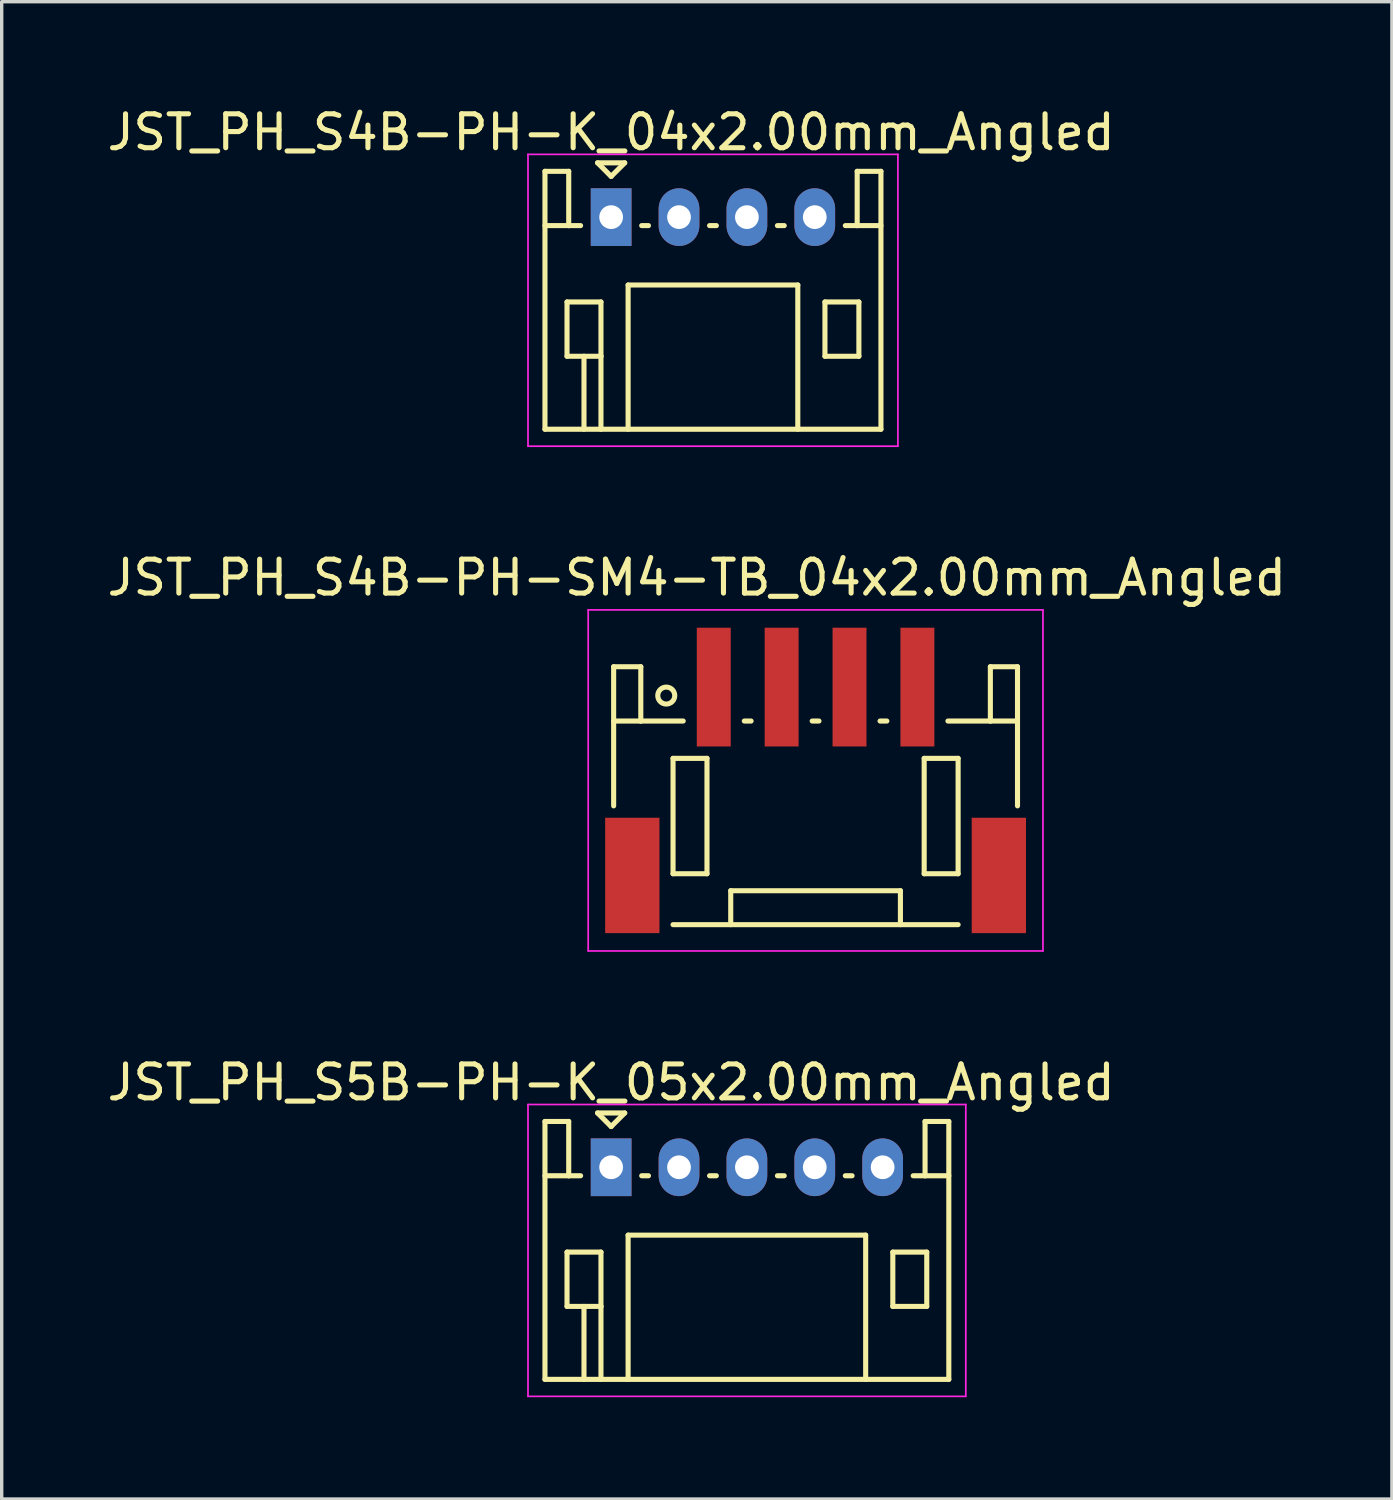
<source format=kicad_pcb>
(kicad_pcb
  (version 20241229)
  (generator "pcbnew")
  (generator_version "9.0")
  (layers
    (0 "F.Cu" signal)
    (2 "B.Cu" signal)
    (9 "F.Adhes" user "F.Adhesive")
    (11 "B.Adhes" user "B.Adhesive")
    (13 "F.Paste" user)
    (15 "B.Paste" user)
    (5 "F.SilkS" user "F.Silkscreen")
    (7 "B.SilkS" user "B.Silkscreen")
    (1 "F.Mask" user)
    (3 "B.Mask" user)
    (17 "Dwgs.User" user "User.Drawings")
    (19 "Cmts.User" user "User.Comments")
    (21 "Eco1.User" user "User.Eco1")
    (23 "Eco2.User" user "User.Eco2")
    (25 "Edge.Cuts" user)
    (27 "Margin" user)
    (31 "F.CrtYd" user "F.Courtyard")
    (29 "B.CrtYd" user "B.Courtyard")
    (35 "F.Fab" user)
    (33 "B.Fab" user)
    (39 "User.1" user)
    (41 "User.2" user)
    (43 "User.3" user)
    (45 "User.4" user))
  (footprint "JST_PH_S4B-PH-SM4-TB_04x2.00mm_Angled"
    (layer "F.Cu")
    (at 20.982 19.971)
    (property "Reference" "JST_PH_S4B-PH-SM4-TB_04x2.00mm_Angled" (at -3.5 -6 0) (layer "F.SilkS") (effects (font (size 1 1) (thickness 0.15))))
    (attr smd)
    (fp_line (start -5.95 -3.375) (end -5.95 0.725) (stroke (width 0.15) (type solid)) (layer "F.SilkS"))
    (fp_line (start -5.15 -3.375) (end -5.95 -3.375) (stroke (width 0.15) (type solid)) (layer "F.SilkS"))
    (fp_line (start -5.15 -1.775) (end -5.95 -1.775) (stroke (width 0.15) (type solid)) (layer "F.SilkS"))
    (fp_line (start -5.15 -1.775) (end -5.15 -3.375) (stroke (width 0.15) (type solid)) (layer "F.SilkS"))
    (fp_line (start -4.2 -0.675) (end -4.2 2.725) (stroke (width 0.15) (type solid)) (layer "F.SilkS"))
    (fp_line (start -4.2 2.725) (end -3.2 2.725) (stroke (width 0.15) (type solid)) (layer "F.SilkS"))
    (fp_line (start -4.2 4.225) (end 4.2 4.225) (stroke (width 0.15) (type solid)) (layer "F.SilkS"))
    (fp_line (start -3.9 -1.775) (end -5.15 -1.775) (stroke (width 0.15) (type solid)) (layer "F.SilkS"))
    (fp_line (start -3.2 -0.675) (end -4.2 -0.675) (stroke (width 0.15) (type solid)) (layer "F.SilkS"))
    (fp_line (start -3.2 2.725) (end -3.2 -0.675) (stroke (width 0.15) (type solid)) (layer "F.SilkS"))
    (fp_line (start -2.5 3.225) (end 2.5 3.225) (stroke (width 0.15) (type solid)) (layer "F.SilkS"))
    (fp_line (start -2.5 4.225) (end -2.5 3.225) (stroke (width 0.15) (type solid)) (layer "F.SilkS"))
    (fp_line (start -2.1 -1.775) (end -1.9 -1.775) (stroke (width 0.15) (type solid)) (layer "F.SilkS"))
    (fp_line (start -0.1 -1.775) (end 0.1 -1.775) (stroke (width 0.15) (type solid)) (layer "F.SilkS"))
    (fp_line (start 1.9 -1.775) (end 2.1 -1.775) (stroke (width 0.15) (type solid)) (layer "F.SilkS"))
    (fp_line (start 2.5 3.225) (end 2.5 4.225) (stroke (width 0.15) (type solid)) (layer "F.SilkS"))
    (fp_line (start 3.2 -0.675) (end 4.2 -0.675) (stroke (width 0.15) (type solid)) (layer "F.SilkS"))
    (fp_line (start 3.2 2.725) (end 3.2 -0.675) (stroke (width 0.15) (type solid)) (layer "F.SilkS"))
    (fp_line (start 3.9 -1.775) (end 5.15 -1.775) (stroke (width 0.15) (type solid)) (layer "F.SilkS"))
    (fp_line (start 4.2 -0.675) (end 4.2 2.725) (stroke (width 0.15) (type solid)) (layer "F.SilkS"))
    (fp_line (start 4.2 2.725) (end 3.2 2.725) (stroke (width 0.15) (type solid)) (layer "F.SilkS"))
    (fp_line (start 5.15 -3.375) (end 5.95 -3.375) (stroke (width 0.15) (type solid)) (layer "F.SilkS"))
    (fp_line (start 5.15 -1.775) (end 5.15 -3.375) (stroke (width 0.15) (type solid)) (layer "F.SilkS"))
    (fp_line (start 5.15 -1.775) (end 5.95 -1.775) (stroke (width 0.15) (type solid)) (layer "F.SilkS"))
    (fp_line (start 5.95 -3.375) (end 5.95 0.725) (stroke (width 0.15) (type solid)) (layer "F.SilkS"))
    (fp_circle (center -4.4 -2.525) (end -4.15 -2.525) (stroke (width 0.15) (type solid)) (fill no) (layer "F.SilkS"))
    (fp_line (start -6.7 -5.05) (end 6.7 -5.05) (stroke (width 0.05) (type solid)) (layer "F.CrtYd"))
    (fp_line (start -6.7 5) (end -6.7 -5.05) (stroke (width 0.05) (type solid)) (layer "F.CrtYd"))
    (fp_line (start 6.7 -5.05) (end 6.7 5) (stroke (width 0.05) (type solid)) (layer "F.CrtYd"))
    (fp_line (start 6.7 5) (end -6.7 5) (stroke (width 0.05) (type solid)) (layer "F.CrtYd"))
    (pad "" smd rect (at -5.4 2.775) (size 1.6 3.4) (layers "F.Cu" "F.Mask" "F.Paste"))
    (pad "" smd rect (at 5.4 2.775) (size 1.6 3.4) (layers "F.Cu" "F.Mask" "F.Paste"))
    (pad "1" smd rect (at -3 -2.775) (size 1 3.5) (layers "F.Cu" "F.Mask" "F.Paste"))
    (pad "2" smd rect (at -1 -2.775) (size 1 3.5) (layers "F.Cu" "F.Mask" "F.Paste"))
    (pad "3" smd rect (at 1 -2.775) (size 1 3.5) (layers "F.Cu" "F.Mask" "F.Paste"))
    (pad "4" smd rect (at 3 -2.775) (size 1 3.5) (layers "F.Cu" "F.Mask" "F.Paste")))
  (footprint "JST_PH_S5B-PH-K_05x2.00mm_Angled"
    (layer "F.Cu")
    (at 14.958 31.345)
    (property "Reference" "JST_PH_S5B-PH-K_05x2.00mm_Angled" (at 0 -2.5 0) (layer "F.SilkS") (effects (font (size 1 1) (thickness 0.15))))
    (attr through_hole)
    (fp_line (start -1.95 -1.35) (end -1.95 6.25) (stroke (width 0.15) (type solid)) (layer "F.SilkS"))
    (fp_line (start -1.95 0.25) (end -1.25 0.25) (stroke (width 0.15) (type solid)) (layer "F.SilkS"))
    (fp_line (start -1.95 6.25) (end 9.95 6.25) (stroke (width 0.15) (type solid)) (layer "F.SilkS"))
    (fp_line (start -1.3 2.5) (end -1.3 4.1) (stroke (width 0.15) (type solid)) (layer "F.SilkS"))
    (fp_line (start -1.3 4.1) (end -0.3 4.1) (stroke (width 0.15) (type solid)) (layer "F.SilkS"))
    (fp_line (start -1.25 -1.35) (end -1.95 -1.35) (stroke (width 0.15) (type solid)) (layer "F.SilkS"))
    (fp_line (start -1.25 0.25) (end -1.25 -1.35) (stroke (width 0.15) (type solid)) (layer "F.SilkS"))
    (fp_line (start -0.9 0.25) (end -1.25 0.25) (stroke (width 0.15) (type solid)) (layer "F.SilkS"))
    (fp_line (start -0.8 4.1) (end -0.8 6.25) (stroke (width 0.15) (type solid)) (layer "F.SilkS"))
    (fp_line (start -0.4 -1.6) (end 0.4 -1.6) (stroke (width 0.15) (type solid)) (layer "F.SilkS"))
    (fp_line (start -0.3 2.5) (end -1.3 2.5) (stroke (width 0.15) (type solid)) (layer "F.SilkS"))
    (fp_line (start -0.3 4.1) (end -0.3 2.5) (stroke (width 0.15) (type solid)) (layer "F.SilkS"))
    (fp_line (start -0.3 4.1) (end -0.3 6.25) (stroke (width 0.15) (type solid)) (layer "F.SilkS"))
    (fp_line (start 0 -1.2) (end -0.4 -1.6) (stroke (width 0.15) (type solid)) (layer "F.SilkS"))
    (fp_line (start 0.4 -1.6) (end 0 -1.2) (stroke (width 0.15) (type solid)) (layer "F.SilkS"))
    (fp_line (start 0.5 2) (end 7.5 2) (stroke (width 0.15) (type solid)) (layer "F.SilkS"))
    (fp_line (start 0.5 6.25) (end 0.5 2) (stroke (width 0.15) (type solid)) (layer "F.SilkS"))
    (fp_line (start 0.9 0.25) (end 1.1 0.25) (stroke (width 0.15) (type solid)) (layer "F.SilkS"))
    (fp_line (start 2.9 0.25) (end 3.1 0.25) (stroke (width 0.15) (type solid)) (layer "F.SilkS"))
    (fp_line (start 4.9 0.25) (end 5.1 0.25) (stroke (width 0.15) (type solid)) (layer "F.SilkS"))
    (fp_line (start 6.9 0.25) (end 7.1 0.25) (stroke (width 0.15) (type solid)) (layer "F.SilkS"))
    (fp_line (start 7.5 2) (end 7.5 6.25) (stroke (width 0.15) (type solid)) (layer "F.SilkS"))
    (fp_line (start 8.3 2.5) (end 9.3 2.5) (stroke (width 0.15) (type solid)) (layer "F.SilkS"))
    (fp_line (start 8.3 4.1) (end 8.3 2.5) (stroke (width 0.15) (type solid)) (layer "F.SilkS"))
    (fp_line (start 9.25 -1.35) (end 9.25 0.25) (stroke (width 0.15) (type solid)) (layer "F.SilkS"))
    (fp_line (start 9.25 0.25) (end 8.9 0.25) (stroke (width 0.15) (type solid)) (layer "F.SilkS"))
    (fp_line (start 9.3 2.5) (end 9.3 4.1) (stroke (width 0.15) (type solid)) (layer "F.SilkS"))
    (fp_line (start 9.3 4.1) (end 8.3 4.1) (stroke (width 0.15) (type solid)) (layer "F.SilkS"))
    (fp_line (start 9.95 -1.35) (end 9.25 -1.35) (stroke (width 0.15) (type solid)) (layer "F.SilkS"))
    (fp_line (start 9.95 0.25) (end 9.25 0.25) (stroke (width 0.15) (type solid)) (layer "F.SilkS"))
    (fp_line (start 9.95 6.25) (end 9.95 -1.35) (stroke (width 0.15) (type solid)) (layer "F.SilkS"))
    (fp_line (start -2.45 -1.85) (end 10.45 -1.85) (stroke (width 0.05) (type solid)) (layer "F.CrtYd"))
    (fp_line (start -2.45 6.75) (end -2.45 -1.85) (stroke (width 0.05) (type solid)) (layer "F.CrtYd"))
    (fp_line (start 10.45 -1.85) (end 10.45 6.75) (stroke (width 0.05) (type solid)) (layer "F.CrtYd"))
    (fp_line (start 10.45 6.75) (end -2.45 6.75) (stroke (width 0.05) (type solid)) (layer "F.CrtYd"))
    (pad "1" thru_hole rect (at 0 0) (size 1.2 1.7) (drill 0.7) (layers "*.Cu" "*.Mask"))
    (pad "2" thru_hole oval (at 2 0) (size 1.2 1.7) (drill 0.7) (layers "*.Cu" "*.Mask"))
    (pad "3" thru_hole oval (at 4 0) (size 1.2 1.7) (drill 0.7) (layers "*.Cu" "*.Mask"))
    (pad "4" thru_hole oval (at 6 0) (size 1.2 1.7) (drill 0.7) (layers "*.Cu" "*.Mask"))
    (pad "5" thru_hole oval (at 8 0) (size 1.2 1.7) (drill 0.7) (layers "*.Cu" "*.Mask")))
  (footprint "JST_PH_S4B-PH-K_04x2.00mm_Angled"
    (layer "F.Cu")
    (at 14.958 3.348)
    (property "Reference" "JST_PH_S4B-PH-K_04x2.00mm_Angled" (at 0 -2.5 0) (layer "F.SilkS") (effects (font (size 1 1) (thickness 0.15))))
    (attr through_hole)
    (fp_line (start -1.95 -1.35) (end -1.95 6.25) (stroke (width 0.15) (type solid)) (layer "F.SilkS"))
    (fp_line (start -1.95 0.25) (end -1.25 0.25) (stroke (width 0.15) (type solid)) (layer "F.SilkS"))
    (fp_line (start -1.95 6.25) (end 7.95 6.25) (stroke (width 0.15) (type solid)) (layer "F.SilkS"))
    (fp_line (start -1.3 2.5) (end -1.3 4.1) (stroke (width 0.15) (type solid)) (layer "F.SilkS"))
    (fp_line (start -1.3 4.1) (end -0.3 4.1) (stroke (width 0.15) (type solid)) (layer "F.SilkS"))
    (fp_line (start -1.25 -1.35) (end -1.95 -1.35) (stroke (width 0.15) (type solid)) (layer "F.SilkS"))
    (fp_line (start -1.25 0.25) (end -1.25 -1.35) (stroke (width 0.15) (type solid)) (layer "F.SilkS"))
    (fp_line (start -0.9 0.25) (end -1.25 0.25) (stroke (width 0.15) (type solid)) (layer "F.SilkS"))
    (fp_line (start -0.8 4.1) (end -0.8 6.25) (stroke (width 0.15) (type solid)) (layer "F.SilkS"))
    (fp_line (start -0.4 -1.6) (end 0.4 -1.6) (stroke (width 0.15) (type solid)) (layer "F.SilkS"))
    (fp_line (start -0.3 2.5) (end -1.3 2.5) (stroke (width 0.15) (type solid)) (layer "F.SilkS"))
    (fp_line (start -0.3 4.1) (end -0.3 2.5) (stroke (width 0.15) (type solid)) (layer "F.SilkS"))
    (fp_line (start -0.3 4.1) (end -0.3 6.25) (stroke (width 0.15) (type solid)) (layer "F.SilkS"))
    (fp_line (start 0 -1.2) (end -0.4 -1.6) (stroke (width 0.15) (type solid)) (layer "F.SilkS"))
    (fp_line (start 0.4 -1.6) (end 0 -1.2) (stroke (width 0.15) (type solid)) (layer "F.SilkS"))
    (fp_line (start 0.5 2) (end 5.5 2) (stroke (width 0.15) (type solid)) (layer "F.SilkS"))
    (fp_line (start 0.5 6.25) (end 0.5 2) (stroke (width 0.15) (type solid)) (layer "F.SilkS"))
    (fp_line (start 0.9 0.25) (end 1.1 0.25) (stroke (width 0.15) (type solid)) (layer "F.SilkS"))
    (fp_line (start 2.9 0.25) (end 3.1 0.25) (stroke (width 0.15) (type solid)) (layer "F.SilkS"))
    (fp_line (start 4.9 0.25) (end 5.1 0.25) (stroke (width 0.15) (type solid)) (layer "F.SilkS"))
    (fp_line (start 5.5 2) (end 5.5 6.25) (stroke (width 0.15) (type solid)) (layer "F.SilkS"))
    (fp_line (start 6.3 2.5) (end 7.3 2.5) (stroke (width 0.15) (type solid)) (layer "F.SilkS"))
    (fp_line (start 6.3 4.1) (end 6.3 2.5) (stroke (width 0.15) (type solid)) (layer "F.SilkS"))
    (fp_line (start 7.25 -1.35) (end 7.25 0.25) (stroke (width 0.15) (type solid)) (layer "F.SilkS"))
    (fp_line (start 7.25 0.25) (end 6.9 0.25) (stroke (width 0.15) (type solid)) (layer "F.SilkS"))
    (fp_line (start 7.3 2.5) (end 7.3 4.1) (stroke (width 0.15) (type solid)) (layer "F.SilkS"))
    (fp_line (start 7.3 4.1) (end 6.3 4.1) (stroke (width 0.15) (type solid)) (layer "F.SilkS"))
    (fp_line (start 7.95 -1.35) (end 7.25 -1.35) (stroke (width 0.15) (type solid)) (layer "F.SilkS"))
    (fp_line (start 7.95 0.25) (end 7.25 0.25) (stroke (width 0.15) (type solid)) (layer "F.SilkS"))
    (fp_line (start 7.95 6.25) (end 7.95 -1.35) (stroke (width 0.15) (type solid)) (layer "F.SilkS"))
    (fp_line (start -2.45 -1.85) (end 8.45 -1.85) (stroke (width 0.05) (type solid)) (layer "F.CrtYd"))
    (fp_line (start -2.45 6.75) (end -2.45 -1.85) (stroke (width 0.05) (type solid)) (layer "F.CrtYd"))
    (fp_line (start 8.45 -1.85) (end 8.45 6.75) (stroke (width 0.05) (type solid)) (layer "F.CrtYd"))
    (fp_line (start 8.45 6.75) (end -2.45 6.75) (stroke (width 0.05) (type solid)) (layer "F.CrtYd"))
    (pad "1" thru_hole rect (at 0 0) (size 1.2 1.7) (drill 0.7) (layers "*.Cu" "*.Mask"))
    (pad "2" thru_hole oval (at 2 0) (size 1.2 1.7) (drill 0.7) (layers "*.Cu" "*.Mask"))
    (pad "3" thru_hole oval (at 4 0) (size 1.2 1.7) (drill 0.7) (layers "*.Cu" "*.Mask"))
    (pad "4" thru_hole oval (at 6 0) (size 1.2 1.7) (drill 0.7) (layers "*.Cu" "*.Mask")))
  (gr_rect
    (start -3 -3)
    (end 37.964 41.12)
    (stroke (width 0.1) (type default))
    (fill no)
    (layer "Edge.Cuts")))
</source>
